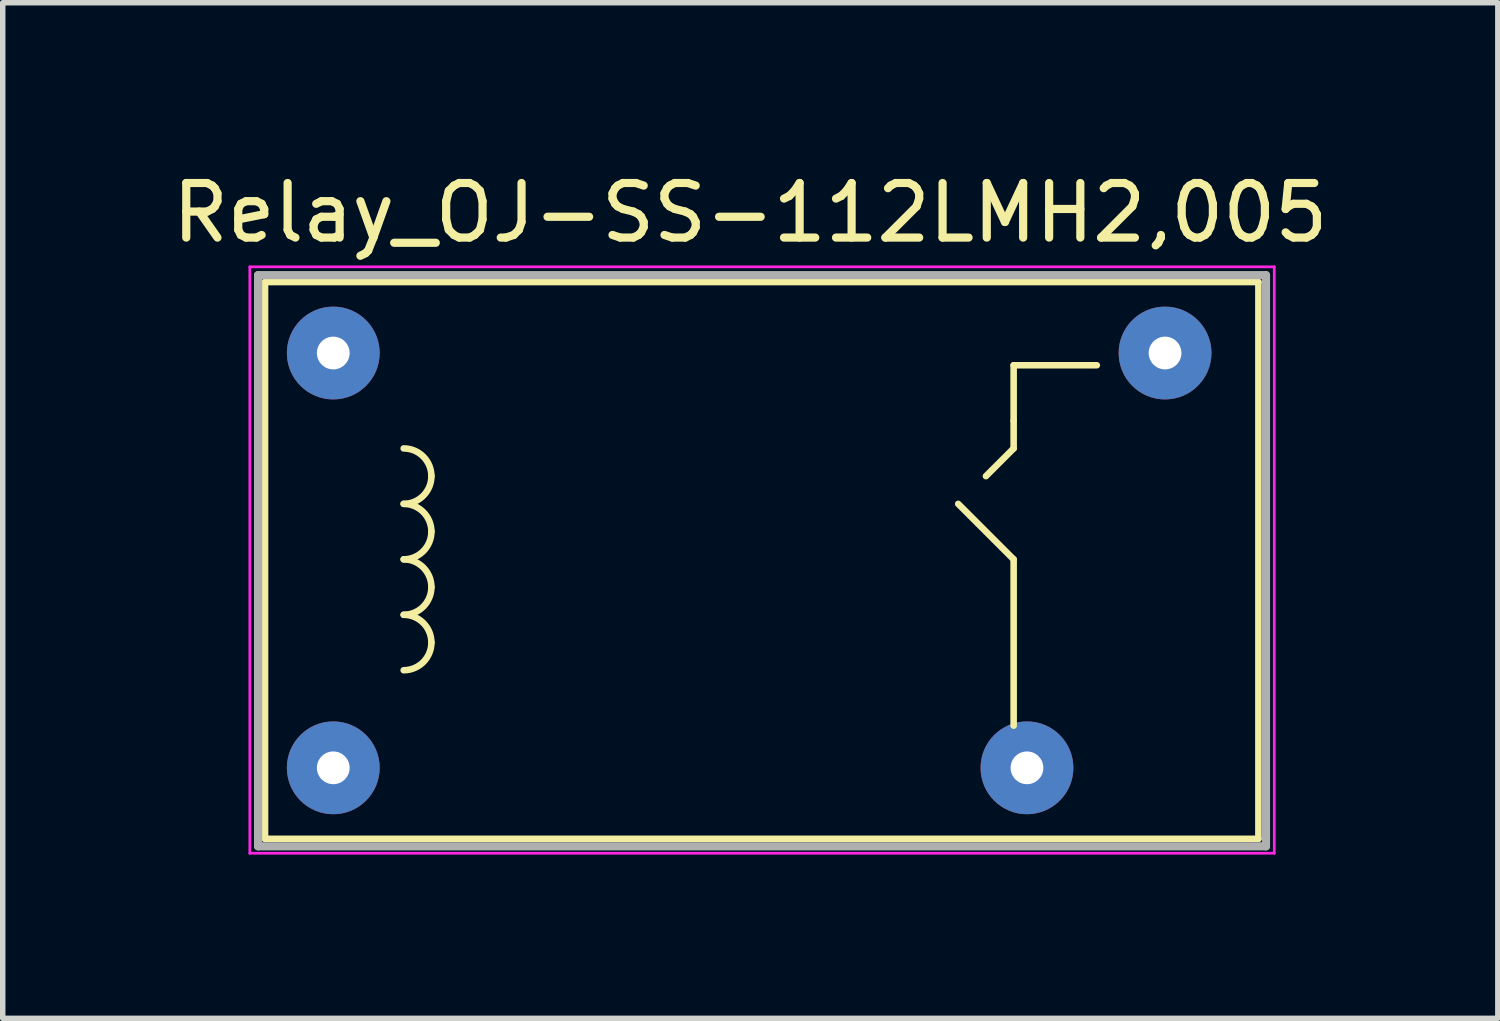
<source format=kicad_pcb>
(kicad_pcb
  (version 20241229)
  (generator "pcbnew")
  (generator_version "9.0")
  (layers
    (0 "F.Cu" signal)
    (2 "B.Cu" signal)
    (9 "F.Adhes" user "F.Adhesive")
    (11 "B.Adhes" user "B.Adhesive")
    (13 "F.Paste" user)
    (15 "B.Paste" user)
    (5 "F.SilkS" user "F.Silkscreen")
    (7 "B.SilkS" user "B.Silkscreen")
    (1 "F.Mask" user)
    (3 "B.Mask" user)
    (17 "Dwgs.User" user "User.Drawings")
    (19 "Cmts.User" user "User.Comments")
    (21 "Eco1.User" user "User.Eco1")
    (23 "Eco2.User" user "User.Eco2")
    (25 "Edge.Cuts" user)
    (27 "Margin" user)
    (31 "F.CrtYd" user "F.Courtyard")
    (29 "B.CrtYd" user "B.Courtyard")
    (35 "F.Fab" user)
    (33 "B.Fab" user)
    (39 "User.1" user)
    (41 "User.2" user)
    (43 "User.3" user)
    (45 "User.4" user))
  (footprint "Relay_OJ-SS-112LMH2,005"
    (layer "F.Cu")
    (at 1.806 2.118)
    (property "Reference" "Relay_OJ-SS-112LMH2,005" (at 8.89 -1.27 0) (layer "F.SilkS") (effects (font (size 1 1) (thickness 0.15))))
    (attr through_hole)
    (fp_line (start 0 0) (end 0 10.2) (stroke (width 0.12) (type solid)) (layer "F.SilkS"))
    (fp_line (start 0 0) (end 18.2 0) (stroke (width 0.12) (type solid)) (layer "F.SilkS"))
    (fp_line (start 13.716 1.524) (end 13.716 2.54) (stroke (width 0.12) (type solid)) (layer "F.SilkS"))
    (fp_line (start 13.716 3.048) (end 13.208 3.556) (stroke (width 0.12) (type solid)) (layer "F.SilkS"))
    (fp_line (start 13.716 3.048) (end 13.716 2.54) (stroke (width 0.12) (type solid)) (layer "F.SilkS"))
    (fp_line (start 13.716 5.08) (end 12.7 4.064) (stroke (width 0.12) (type solid)) (layer "F.SilkS"))
    (fp_line (start 13.716 8.128) (end 13.716 5.08) (stroke (width 0.12) (type solid)) (layer "F.SilkS"))
    (fp_line (start 15.24 1.524) (end 13.716 1.524) (stroke (width 0.12) (type solid)) (layer "F.SilkS"))
    (fp_line (start 18.2 0) (end 18.2 10.2) (stroke (width 0.12) (type solid)) (layer "F.SilkS"))
    (fp_line (start 18.2 10.2) (end 0 10.2) (stroke (width 0.12) (type solid)) (layer "F.SilkS"))
    (fp_arc (start 2.54 3.048) (mid 2.89921 3.19679) (end 3.048 3.556) (stroke (width 0.12) (type solid)) (layer "F.SilkS"))
    (fp_arc (start 2.54 4.064) (mid 2.89921 4.21279) (end 3.048 4.572) (stroke (width 0.12) (type solid)) (layer "F.SilkS"))
    (fp_arc (start 2.54 5.08) (mid 2.89921 5.22879) (end 3.048 5.588) (stroke (width 0.12) (type solid)) (layer "F.SilkS"))
    (fp_arc (start 2.54 6.096) (mid 2.89921 6.24479) (end 3.048 6.604) (stroke (width 0.12) (type solid)) (layer "F.SilkS"))
    (fp_arc (start 3.048 3.556) (mid 2.89921 3.91521) (end 2.54 4.064) (stroke (width 0.12) (type solid)) (layer "F.SilkS"))
    (fp_arc (start 3.048 4.572) (mid 2.89921 4.93121) (end 2.54 5.08) (stroke (width 0.12) (type solid)) (layer "F.SilkS"))
    (fp_arc (start 3.048 5.588) (mid 2.89921 5.94721) (end 2.54 6.096) (stroke (width 0.12) (type solid)) (layer "F.SilkS"))
    (fp_arc (start 3.048 6.604) (mid 2.89921 6.96321) (end 2.54 7.112) (stroke (width 0.12) (type solid)) (layer "F.SilkS"))
    (fp_line (start -0.279 -0.279) (end -0.279 10.465) (stroke (width 0.05) (type solid)) (layer "F.CrtYd"))
    (fp_line (start -0.279 10.465) (end 18.491 10.465) (stroke (width 0.05) (type solid)) (layer "F.CrtYd"))
    (fp_line (start 18.491 -0.279) (end -0.279 -0.279) (stroke (width 0.05) (type solid)) (layer "F.CrtYd"))
    (fp_line (start 18.491 10.465) (end 18.491 -0.279) (stroke (width 0.05) (type solid)) (layer "F.CrtYd"))
    (fp_line (start -0.127 -0.127) (end -0.127 10.338) (stroke (width 0.15) (type solid)) (layer "F.Fab"))
    (fp_line (start -0.127 10.338) (end 18.339 10.338) (stroke (width 0.15) (type solid)) (layer "F.Fab"))
    (fp_line (start 18.339 -0.127) (end -0.127 -0.127) (stroke (width 0.15) (type solid)) (layer "F.Fab"))
    (fp_line (start 18.339 10.338) (end 18.339 -0.127) (stroke (width 0.15) (type solid)) (layer "F.Fab"))
    (pad "b1" thru_hole circle (at 1.25 8.9) (size 1.7 1.7) (drill 0.6) (layers "*.Cu" "*.Mask"))
    (pad "b2" thru_hole circle (at 1.25 1.3) (size 1.7 1.7) (drill 0.6) (layers "*.Cu" "*.Mask"))
    (pad "c1" thru_hole circle (at 13.96 8.9) (size 1.7 1.7) (drill 0.6) (layers "*.Cu" "*.Mask"))
    (pad "c2" thru_hole circle (at 16.49 1.3) (size 1.7 1.7) (drill 0.6) (layers "*.Cu" "*.Mask")))
  (gr_rect
    (start -3 -3)
    (end 24.393 15.608)
    (stroke (width 0.1) (type default))
    (fill no)
    (layer "Edge.Cuts")))
</source>
